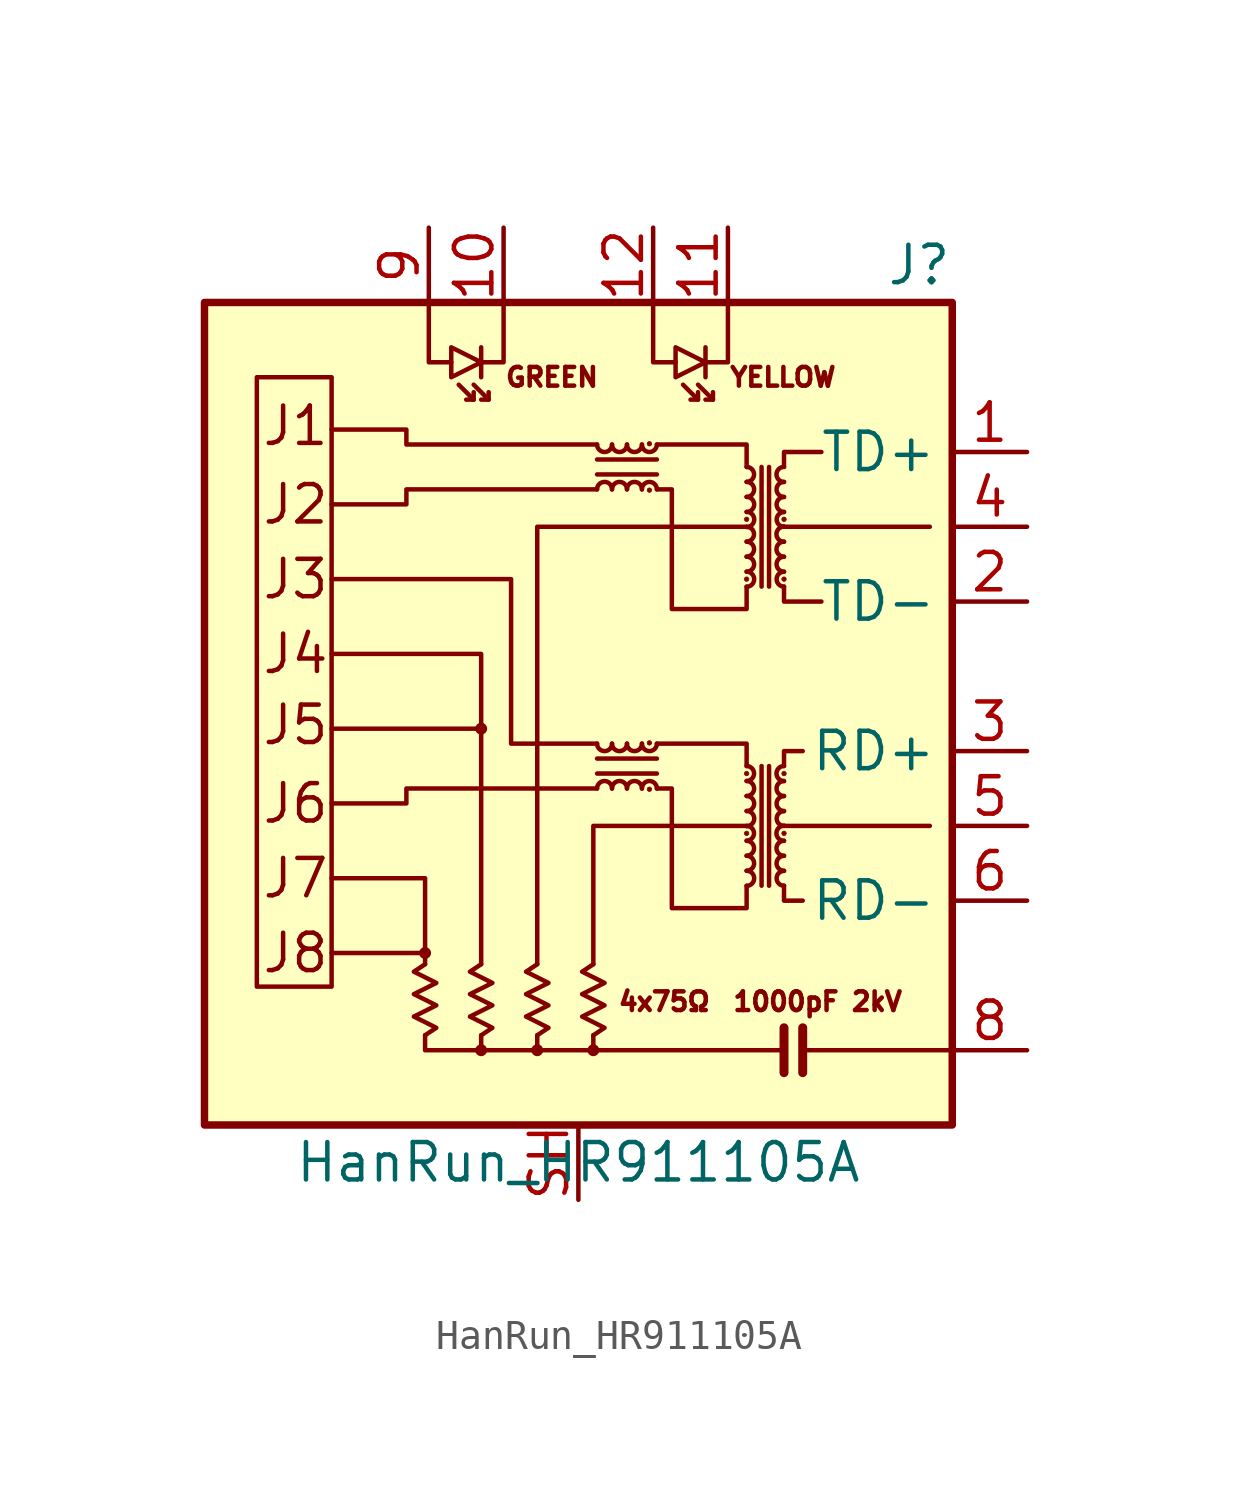
<source format=kicad_sym>
(kicad_symbol_lib
  (version 20211014)
  (generator kicad_symbol_editor)
  (symbol "HanRun_HR911105A"
    (property "Reference" "J"
      (at 12.7 13.97 0)
      (effects (font (size 1.27 1.27)) (justify right)))
    (property "Value" "HanRun_HR911105A"
      (at 0 -16.51 0)
      (effects (font (size 1.27 1.27))))
    (symbol "HanRun_HR911105A_0_0"
      (rectangle (start -12.7 12.7) (end 12.7 -15.24) (stroke (width 0.254) (type default) (color 0 0 0 0)) (fill (type background)))
      (polyline (pts (xy -5.207 -9.398) (xy -8.382 -9.398)) (stroke (width 0) (type default) (color 0 0 0 0)) (fill (type none)))
      (polyline (pts (xy -3.302 -12.7) (xy -3.302 -12.192)) (stroke (width 0) (type default) (color 0 0 0 0)) (fill (type none)))
      (polyline (pts (xy -3.302 -1.778) (xy -8.382 -1.778)) (stroke (width 0) (type default) (color 0 0 0 0)) (fill (type none)))
      (polyline (pts (xy -1.397 -12.7) (xy -1.397 -12.192)) (stroke (width 0) (type default) (color 0 0 0 0)) (fill (type none)))
      (polyline (pts (xy 0.508 -12.7) (xy 0.508 -12.192)) (stroke (width 0) (type default) (color 0 0 0 0)) (fill (type none)))
      (polyline (pts (xy 7.62 -12.7) (xy 12.7 -12.7)) (stroke (width 0) (type default) (color 0 0 0 0)) (fill (type none)))
      (polyline (pts (xy 11.938 -5.08) (xy 6.985 -5.08)) (stroke (width 0) (type default) (color 0 0 0 0)) (fill (type none)))
      (polyline (pts (xy 11.938 5.08) (xy 6.985 5.08)) (stroke (width 0) (type default) (color 0 0 0 0)) (fill (type none)))
      (polyline (pts (xy -1.397 -9.779) (xy -1.397 5.08) (xy 5.715 5.08)) (stroke (width 0) (type default) (color 0 0 0 0)) (fill (type none)))
      (polyline (pts (xy 0.508 -9.779) (xy 0.508 -5.08) (xy 5.715 -5.08)) (stroke (width 0) (type default) (color 0 0 0 0)) (fill (type none)))
      (polyline (pts (xy 6.985 -12.7) (xy -5.207 -12.7) (xy -5.207 -12.192)) (stroke (width 0) (type default) (color 0 0 0 0)) (fill (type none)))
      (polyline (pts (xy 0.635 -2.286) (xy -2.286 -2.286) (xy -2.286 3.302) (xy -8.382 3.302)) (stroke (width 0) (type default) (color 0 0 0 0)) (fill (type none)))
      (polyline (pts (xy 0.635 7.874) (xy -5.842 7.874) (xy -5.842 8.382) (xy -8.382 8.382)) (stroke (width 0) (type default) (color 0 0 0 0)) (fill (type none)))
      (text "1000pF 2kV" (at 8.128 -11.049 0) (effects (font (size 0.635 0.635))))
      (text "4x75Ω" (at 2.921 -11.049 0) (effects (font (size 0.635 0.635))))
      (text "GREEN" (at -2.54 10.16 0) (effects (font (size 0.635 0.635)) (justify left)))
      (text "J1" (at -10.795 8.509 0) (effects (font (size 1.27 1.27)) (justify left)))
      (text "J2" (at -10.795 5.842 0) (effects (font (size 1.27 1.27)) (justify left)))
      (text "J3" (at -10.795 3.302 0) (effects (font (size 1.27 1.27)) (justify left)))
      (text "J4" (at -10.795 0.762 0) (effects (font (size 1.27 1.27)) (justify left)))
      (text "J5" (at -10.795 -1.651 0) (effects (font (size 1.27 1.27)) (justify left)))
      (text "J6" (at -10.795 -4.318 0) (effects (font (size 1.27 1.27)) (justify left)))
      (text "J7" (at -10.795 -6.858 0) (effects (font (size 1.27 1.27)) (justify left)))
      (text "J8" (at -10.795 -9.398 0) (effects (font (size 1.27 1.27)) (justify left)))
      (text "YELLOW" (at 5.08 10.16 0) (effects (font (size 0.635 0.635)) (justify left))))
    (symbol "HanRun_HR911105A_0_1"
      (rectangle (start -8.382 -10.541) (end -10.922 10.16) (stroke (width 0) (type default) (color 0 0 0 0)) (fill (type none)))
      (circle (center -5.207 -9.398) (radius 0.127) (stroke (width 0) (type default) (color 0 0 0 0)) (fill (type outline)))
      (circle (center -3.302 -12.7) (radius 0.127) (stroke (width 0) (type default) (color 0 0 0 0)) (fill (type outline)))
      (circle (center -3.302 -1.778) (radius 0.127) (stroke (width 0) (type default) (color 0 0 0 0)) (fill (type outline)))
      (circle (center -1.397 -12.7) (radius 0.127) (stroke (width 0) (type default) (color 0 0 0 0)) (fill (type outline)))
      (polyline (pts (xy -3.556 9.398) (xy -4.064 9.906)) (stroke (width 0) (type default) (color 0 0 0 0)) (fill (type none)))
      (polyline (pts (xy -3.302 11.176) (xy -3.302 10.16)) (stroke (width 0) (type default) (color 0 0 0 0)) (fill (type none)))
      (polyline (pts (xy -3.048 9.398) (xy -3.556 9.906)) (stroke (width 0) (type default) (color 0 0 0 0)) (fill (type none)))
      (polyline (pts (xy 0.635 -3.302) (xy 2.667 -3.302)) (stroke (width 0) (type default) (color 0 0 0 0)) (fill (type none)))
      (polyline (pts (xy 0.635 6.858) (xy 2.667 6.858)) (stroke (width 0) (type default) (color 0 0 0 0)) (fill (type none)))
      (polyline (pts (xy 2.667 -2.794) (xy 0.635 -2.794)) (stroke (width 0) (type default) (color 0 0 0 0)) (fill (type none)))
      (polyline (pts (xy 2.667 7.366) (xy 0.635 7.366)) (stroke (width 0) (type default) (color 0 0 0 0)) (fill (type none)))
      (polyline (pts (xy 4.064 9.398) (xy 3.556 9.906)) (stroke (width 0) (type default) (color 0 0 0 0)) (fill (type none)))
      (polyline (pts (xy 4.318 11.176) (xy 4.318 10.16)) (stroke (width 0) (type default) (color 0 0 0 0)) (fill (type none)))
      (polyline (pts (xy 4.572 9.398) (xy 4.064 9.906)) (stroke (width 0) (type default) (color 0 0 0 0)) (fill (type none)))
      (polyline (pts (xy 6.223 -3.048) (xy 6.223 -7.112)) (stroke (width 0) (type default) (color 0 0 0 0)) (fill (type none)))
      (polyline (pts (xy 6.223 7.112) (xy 6.223 3.048)) (stroke (width 0) (type default) (color 0 0 0 0)) (fill (type none)))
      (polyline (pts (xy 6.477 -7.112) (xy 6.477 -3.048)) (stroke (width 0) (type default) (color 0 0 0 0)) (fill (type none)))
      (polyline (pts (xy 6.477 3.048) (xy 6.477 7.112)) (stroke (width 0) (type default) (color 0 0 0 0)) (fill (type none)))
      (polyline (pts (xy 6.985 -13.462) (xy 6.985 -11.938)) (stroke (width 0.305) (type default) (color 0 0 0 0)) (fill (type none)))
      (polyline (pts (xy 7.62 -13.462) (xy 7.62 -11.938)) (stroke (width 0.305) (type default) (color 0 0 0 0)) (fill (type none)))
      (polyline (pts (xy -5.207 -9.779) (xy -5.207 -6.858) (xy -8.382 -6.858)) (stroke (width 0) (type default) (color 0 0 0 0)) (fill (type none)))
      (polyline (pts (xy -5.08 12.7) (xy -5.08 10.668) (xy -4.318 10.668)) (stroke (width 0) (type default) (color 0 0 0 0)) (fill (type none)))
      (polyline (pts (xy -3.556 9.652) (xy -3.556 9.398) (xy -3.81 9.398)) (stroke (width 0) (type default) (color 0 0 0 0)) (fill (type none)))
      (polyline (pts (xy -3.302 -9.779) (xy -3.302 0.762) (xy -8.382 0.762)) (stroke (width 0) (type default) (color 0 0 0 0)) (fill (type none)))
      (polyline (pts (xy -3.048 9.652) (xy -3.048 9.398) (xy -3.302 9.398)) (stroke (width 0) (type default) (color 0 0 0 0)) (fill (type none)))
      (polyline (pts (xy -2.54 12.7) (xy -2.54 10.668) (xy -3.302 10.668)) (stroke (width 0) (type default) (color 0 0 0 0)) (fill (type none)))
      (polyline (pts (xy 2.54 12.7) (xy 2.54 10.668) (xy 3.302 10.668)) (stroke (width 0) (type default) (color 0 0 0 0)) (fill (type none)))
      (polyline (pts (xy 2.667 -2.286) (xy 5.715 -2.286) (xy 5.715 -3.048)) (stroke (width 0) (type default) (color 0 0 0 0)) (fill (type none)))
      (polyline (pts (xy 2.667 7.874) (xy 5.715 7.874) (xy 5.715 7.112)) (stroke (width 0) (type default) (color 0 0 0 0)) (fill (type none)))
      (polyline (pts (xy 4.064 9.652) (xy 4.064 9.398) (xy 3.81 9.398)) (stroke (width 0) (type default) (color 0 0 0 0)) (fill (type none)))
      (polyline (pts (xy 4.572 9.652) (xy 4.572 9.398) (xy 4.318 9.398)) (stroke (width 0) (type default) (color 0 0 0 0)) (fill (type none)))
      (polyline (pts (xy 5.08 12.7) (xy 5.08 10.668) (xy 4.318 10.668)) (stroke (width 0) (type default) (color 0 0 0 0)) (fill (type none)))
      (polyline (pts (xy 6.985 -7.112) (xy 6.985 -7.62) (xy 7.62 -7.62)) (stroke (width 0) (type default) (color 0 0 0 0)) (fill (type none)))
      (polyline (pts (xy 6.985 -3.048) (xy 6.985 -2.54) (xy 7.62 -2.54)) (stroke (width 0) (type default) (color 0 0 0 0)) (fill (type none)))
      (polyline (pts (xy 6.985 3.048) (xy 6.985 2.54) (xy 8.255 2.54)) (stroke (width 0) (type default) (color 0 0 0 0)) (fill (type none)))
      (polyline (pts (xy 6.985 7.112) (xy 6.985 7.62) (xy 8.255 7.62)) (stroke (width 0) (type default) (color 0 0 0 0)) (fill (type none)))
      (polyline (pts (xy -3.302 10.668) (xy -4.318 11.176) (xy -4.318 10.16) (xy -3.302 10.668)) (stroke (width 0) (type default) (color 0 0 0 0)) (fill (type none)))
      (polyline (pts (xy 0.635 -3.81) (xy -5.842 -3.81) (xy -5.842 -4.318) (xy -8.382 -4.318)) (stroke (width 0) (type default) (color 0 0 0 0)) (fill (type none)))
      (polyline (pts (xy 0.635 6.35) (xy -5.842 6.35) (xy -5.842 5.842) (xy -8.382 5.842)) (stroke (width 0) (type default) (color 0 0 0 0)) (fill (type none)))
      (polyline (pts (xy 4.318 10.668) (xy 3.302 11.176) (xy 3.302 10.16) (xy 4.318 10.668)) (stroke (width 0) (type default) (color 0 0 0 0)) (fill (type none)))
      (polyline (pts (xy 5.715 -7.112) (xy 5.715 -7.874) (xy 3.175 -7.874) (xy 3.175 -3.81) (xy 2.667 -3.81)) (stroke (width 0) (type default) (color 0 0 0 0)) (fill (type none)))
      (polyline (pts (xy 5.715 3.048) (xy 5.715 2.286) (xy 3.175 2.286) (xy 3.175 6.35) (xy 2.667 6.35)) (stroke (width 0) (type default) (color 0 0 0 0)) (fill (type none)))
      (polyline (pts (xy -5.207 -12.192) (xy -4.826 -11.938) (xy -5.588 -11.557) (xy -4.826 -11.176) (xy -5.588 -10.795) (xy -4.826 -10.414) (xy -5.588 -10.033) (xy -5.207 -9.779)) (stroke (width 0) (type default) (color 0 0 0 0)) (fill (type none)))
      (polyline (pts (xy -3.302 -12.192) (xy -2.921 -11.938) (xy -3.683 -11.557) (xy -2.921 -11.176) (xy -3.683 -10.795) (xy -2.921 -10.414) (xy -3.683 -10.033) (xy -3.302 -9.779)) (stroke (width 0) (type default) (color 0 0 0 0)) (fill (type none)))
      (polyline (pts (xy -1.397 -12.192) (xy -1.016 -11.938) (xy -1.778 -11.557) (xy -1.016 -11.176) (xy -1.778 -10.795) (xy -1.016 -10.414) (xy -1.778 -10.033) (xy -1.397 -9.779)) (stroke (width 0) (type default) (color 0 0 0 0)) (fill (type none)))
      (polyline (pts (xy 0.508 -12.192) (xy 0.889 -11.938) (xy 0.127 -11.557) (xy 0.889 -11.176) (xy 0.127 -10.795) (xy 0.889 -10.414) (xy 0.127 -10.033) (xy 0.508 -9.779)) (stroke (width 0) (type default) (color 0 0 0 0)) (fill (type none)))
      (circle (center 0.508 -12.7) (radius 0.127) (stroke (width 0) (type default) (color 0 0 0 0)) (fill (type outline)))
      (arc (start 0.635 -2.286) (mid 0.889 -2.54) (end 1.143 -2.286) (stroke (width 0) (type default) (color 0 0 0 0)) (fill (type none)))
      (arc (start 0.635 7.874) (mid 0.889 7.62) (end 1.143 7.874) (stroke (width 0) (type default) (color 0 0 0 0)) (fill (type none)))
      (arc (start 1.143 -3.81) (mid 0.889 -3.556) (end 0.635 -3.81) (stroke (width 0) (type default) (color 0 0 0 0)) (fill (type none)))
      (arc (start 1.143 -2.286) (mid 1.397 -2.54) (end 1.651 -2.286) (stroke (width 0) (type default) (color 0 0 0 0)) (fill (type none)))
      (arc (start 1.143 6.35) (mid 0.889 6.604) (end 0.635 6.35) (stroke (width 0) (type default) (color 0 0 0 0)) (fill (type none)))
      (arc (start 1.143 7.874) (mid 1.397 7.62) (end 1.651 7.874) (stroke (width 0) (type default) (color 0 0 0 0)) (fill (type none)))
      (arc (start 1.651 -3.81) (mid 1.397 -3.556) (end 1.143 -3.81) (stroke (width 0) (type default) (color 0 0 0 0)) (fill (type none)))
      (arc (start 1.651 -2.286) (mid 1.905 -2.54) (end 2.159 -2.286) (stroke (width 0) (type default) (color 0 0 0 0)) (fill (type none)))
      (arc (start 1.651 6.35) (mid 1.397 6.604) (end 1.143 6.35) (stroke (width 0) (type default) (color 0 0 0 0)) (fill (type none)))
      (arc (start 1.651 7.874) (mid 1.905 7.62) (end 2.159 7.874) (stroke (width 0) (type default) (color 0 0 0 0)) (fill (type none)))
      (arc (start 2.159 -3.81) (mid 1.905 -3.556) (end 1.651 -3.81) (stroke (width 0) (type default) (color 0 0 0 0)) (fill (type none)))
      (arc (start 2.159 -2.286) (mid 2.413 -2.54) (end 2.667 -2.286) (stroke (width 0) (type default) (color 0 0 0 0)) (fill (type none)))
      (arc (start 2.159 6.35) (mid 1.905 6.604) (end 1.651 6.35) (stroke (width 0) (type default) (color 0 0 0 0)) (fill (type none)))
      (arc (start 2.159 7.874) (mid 2.413 7.62) (end 2.667 7.874) (stroke (width 0) (type default) (color 0 0 0 0)) (fill (type none)))
      (circle (center 2.413 -3.835) (radius 0.076) (stroke (width 0.025) (type default) (color 0 0 0 0)) (fill (type outline)))
      (circle (center 2.413 -2.261) (radius 0.076) (stroke (width 0.025) (type default) (color 0 0 0 0)) (fill (type outline)))
      (circle (center 2.413 6.325) (radius 0.076) (stroke (width 0.025) (type default) (color 0 0 0 0)) (fill (type outline)))
      (circle (center 2.413 7.899) (radius 0.076) (stroke (width 0.025) (type default) (color 0 0 0 0)) (fill (type outline)))
      (arc (start 2.667 -3.81) (mid 2.413 -3.556) (end 2.159 -3.81) (stroke (width 0) (type default) (color 0 0 0 0)) (fill (type none)))
      (arc (start 2.667 6.35) (mid 2.413 6.604) (end 2.159 6.35) (stroke (width 0) (type default) (color 0 0 0 0)) (fill (type none)))
      (arc (start 5.715 -7.112) (mid 5.969 -6.858) (end 5.715 -6.604) (stroke (width 0) (type default) (color 0 0 0 0)) (fill (type none)))
      (arc (start 5.715 -6.604) (mid 5.969 -6.35) (end 5.715 -6.096) (stroke (width 0) (type default) (color 0 0 0 0)) (fill (type none)))
      (arc (start 5.715 -6.096) (mid 5.969 -5.842) (end 5.715 -5.588) (stroke (width 0) (type default) (color 0 0 0 0)) (fill (type none)))
      (arc (start 5.715 -5.588) (mid 5.969 -5.334) (end 5.715 -5.08) (stroke (width 0) (type default) (color 0 0 0 0)) (fill (type none)))
      (circle (center 5.715 -5.334) (radius 0.076) (stroke (width 0.025) (type default) (color 0 0 0 0)) (fill (type outline)))
      (arc (start 5.715 -5.08) (mid 5.969 -4.826) (end 5.715 -4.572) (stroke (width 0) (type default) (color 0 0 0 0)) (fill (type none)))
      (arc (start 5.715 -4.572) (mid 5.969 -4.318) (end 5.715 -4.064) (stroke (width 0) (type default) (color 0 0 0 0)) (fill (type none)))
      (arc (start 5.715 -4.064) (mid 5.969 -3.81) (end 5.715 -3.556) (stroke (width 0) (type default) (color 0 0 0 0)) (fill (type none)))
      (arc (start 5.715 -3.556) (mid 5.969 -3.302) (end 5.715 -3.048) (stroke (width 0) (type default) (color 0 0 0 0)) (fill (type none)))
      (circle (center 5.715 -3.302) (radius 0.076) (stroke (width 0.025) (type default) (color 0 0 0 0)) (fill (type outline)))
      (arc (start 5.715 3.048) (mid 5.969 3.302) (end 5.715 3.556) (stroke (width 0) (type default) (color 0 0 0 0)) (fill (type none)))
      (circle (center 5.715 3.302) (radius 0.076) (stroke (width 0.025) (type default) (color 0 0 0 0)) (fill (type outline)))
      (arc (start 5.715 3.556) (mid 5.969 3.81) (end 5.715 4.064) (stroke (width 0) (type default) (color 0 0 0 0)) (fill (type none)))
      (arc (start 5.715 4.064) (mid 5.969 4.318) (end 5.715 4.572) (stroke (width 0) (type default) (color 0 0 0 0)) (fill (type none)))
      (arc (start 5.715 4.572) (mid 5.969 4.826) (end 5.715 5.08) (stroke (width 0) (type default) (color 0 0 0 0)) (fill (type none)))
      (arc (start 5.715 5.08) (mid 5.969 5.334) (end 5.715 5.588) (stroke (width 0) (type default) (color 0 0 0 0)) (fill (type none)))
      (circle (center 5.715 5.334) (radius 0.076) (stroke (width 0.025) (type default) (color 0 0 0 0)) (fill (type outline)))
      (arc (start 5.715 5.588) (mid 5.969 5.842) (end 5.715 6.096) (stroke (width 0) (type default) (color 0 0 0 0)) (fill (type none)))
      (arc (start 5.715 6.096) (mid 5.969 6.35) (end 5.715 6.604) (stroke (width 0) (type default) (color 0 0 0 0)) (fill (type none)))
      (arc (start 5.715 6.604) (mid 5.969 6.858) (end 5.715 7.112) (stroke (width 0) (type default) (color 0 0 0 0)) (fill (type none)))
      (arc (start 6.985 -6.604) (mid 6.731 -6.858) (end 6.985 -7.112) (stroke (width 0) (type default) (color 0 0 0 0)) (fill (type none)))
      (arc (start 6.985 -6.096) (mid 6.731 -6.35) (end 6.985 -6.604) (stroke (width 0) (type default) (color 0 0 0 0)) (fill (type none)))
      (arc (start 6.985 -5.588) (mid 6.731 -5.842) (end 6.985 -6.096) (stroke (width 0) (type default) (color 0 0 0 0)) (fill (type none)))
      (circle (center 6.985 -5.334) (radius 0.076) (stroke (width 0.025) (type default) (color 0 0 0 0)) (fill (type outline)))
      (arc (start 6.985 -5.08) (mid 6.731 -5.334) (end 6.985 -5.588) (stroke (width 0) (type default) (color 0 0 0 0)) (fill (type none)))
      (arc (start 6.985 -4.572) (mid 6.731 -4.826) (end 6.985 -5.08) (stroke (width 0) (type default) (color 0 0 0 0)) (fill (type none)))
      (arc (start 6.985 -4.064) (mid 6.731 -4.318) (end 6.985 -4.572) (stroke (width 0) (type default) (color 0 0 0 0)) (fill (type none)))
      (arc (start 6.985 -3.556) (mid 6.731 -3.81) (end 6.985 -4.064) (stroke (width 0) (type default) (color 0 0 0 0)) (fill (type none)))
      (circle (center 6.985 -3.302) (radius 0.076) (stroke (width 0.025) (type default) (color 0 0 0 0)) (fill (type outline)))
      (arc (start 6.985 -3.048) (mid 6.731 -3.302) (end 6.985 -3.556) (stroke (width 0) (type default) (color 0 0 0 0)) (fill (type none)))
      (circle (center 6.985 3.302) (radius 0.076) (stroke (width 0.025) (type default) (color 0 0 0 0)) (fill (type outline)))
      (arc (start 6.985 3.556) (mid 6.731 3.302) (end 6.985 3.048) (stroke (width 0) (type default) (color 0 0 0 0)) (fill (type none)))
      (arc (start 6.985 4.064) (mid 6.731 3.81) (end 6.985 3.556) (stroke (width 0) (type default) (color 0 0 0 0)) (fill (type none)))
      (arc (start 6.985 4.572) (mid 6.731 4.318) (end 6.985 4.064) (stroke (width 0) (type default) (color 0 0 0 0)) (fill (type none)))
      (arc (start 6.985 5.08) (mid 6.731 4.826) (end 6.985 4.572) (stroke (width 0) (type default) (color 0 0 0 0)) (fill (type none)))
      (circle (center 6.985 5.334) (radius 0.076) (stroke (width 0.025) (type default) (color 0 0 0 0)) (fill (type outline)))
      (arc (start 6.985 5.588) (mid 6.731 5.334) (end 6.985 5.08) (stroke (width 0) (type default) (color 0 0 0 0)) (fill (type none)))
      (arc (start 6.985 6.096) (mid 6.731 5.842) (end 6.985 5.588) (stroke (width 0) (type default) (color 0 0 0 0)) (fill (type none)))
      (arc (start 6.985 6.604) (mid 6.731 6.35) (end 6.985 6.096) (stroke (width 0) (type default) (color 0 0 0 0)) (fill (type none)))
      (arc (start 6.985 7.112) (mid 6.731 6.858) (end 6.985 6.604) (stroke (width 0) (type default) (color 0 0 0 0)) (fill (type none))))
    (symbol "HanRun_HR911105A_1_1"
      (pin passive line (at 15.24 7.62 180) (length 2.54) (name "TD+" (effects (font (size 1.27 1.27)))) (number "1" (effects (font (size 1.27 1.27)))))
      (pin passive line (at -2.54 15.24 270) (length 2.54) (name "~" (effects (font (size 1.27 1.27)))) (number "10" (effects (font (size 1.27 1.27)))))
      (pin passive line (at 5.08 15.24 270) (length 2.54) (name "~" (effects (font (size 1.27 1.27)))) (number "11" (effects (font (size 1.27 1.27)))))
      (pin passive line (at 2.54 15.24 270) (length 2.54) (name "~" (effects (font (size 1.27 1.27)))) (number "12" (effects (font (size 1.27 1.27)))))
      (pin passive line (at 15.24 2.54 180) (length 2.54) (name "TD-" (effects (font (size 1.27 1.27)))) (number "2" (effects (font (size 1.27 1.27)))))
      (pin passive line (at 15.24 -2.54 180) (length 2.54) (name "RD+" (effects (font (size 1.27 1.27)))) (number "3" (effects (font (size 1.27 1.27)))))
      (pin passive line (at 15.24 5.08 180) (length 2.54) (name "~" (effects (font (size 1.27 1.27)))) (number "4" (effects (font (size 1.27 1.27)))))
      (pin passive line (at 15.24 -5.08 180) (length 2.54) (name "~" (effects (font (size 1.27 1.27)))) (number "5" (effects (font (size 1.27 1.27)))))
      (pin passive line (at 15.24 -7.62 180) (length 2.54) (name "RD-" (effects (font (size 1.27 1.27)))) (number "6" (effects (font (size 1.27 1.27)))))
      (pin passive line (at 15.24 -12.7 180) (length 2.54) (name "~" (effects (font (size 1.27 1.27)))) (number "8" (effects (font (size 1.27 1.27)))))
      (pin passive line (at -5.08 15.24 270) (length 2.54) (name "~" (effects (font (size 1.27 1.27)))) (number "9" (effects (font (size 1.27 1.27)))))
      (pin passive line (at 0 -17.78 90) (length 2.54) (name "~" (effects (font (size 1.27 1.27)))) (number "SH" (effects (font (size 1.27 1.27))))))))
</source>
